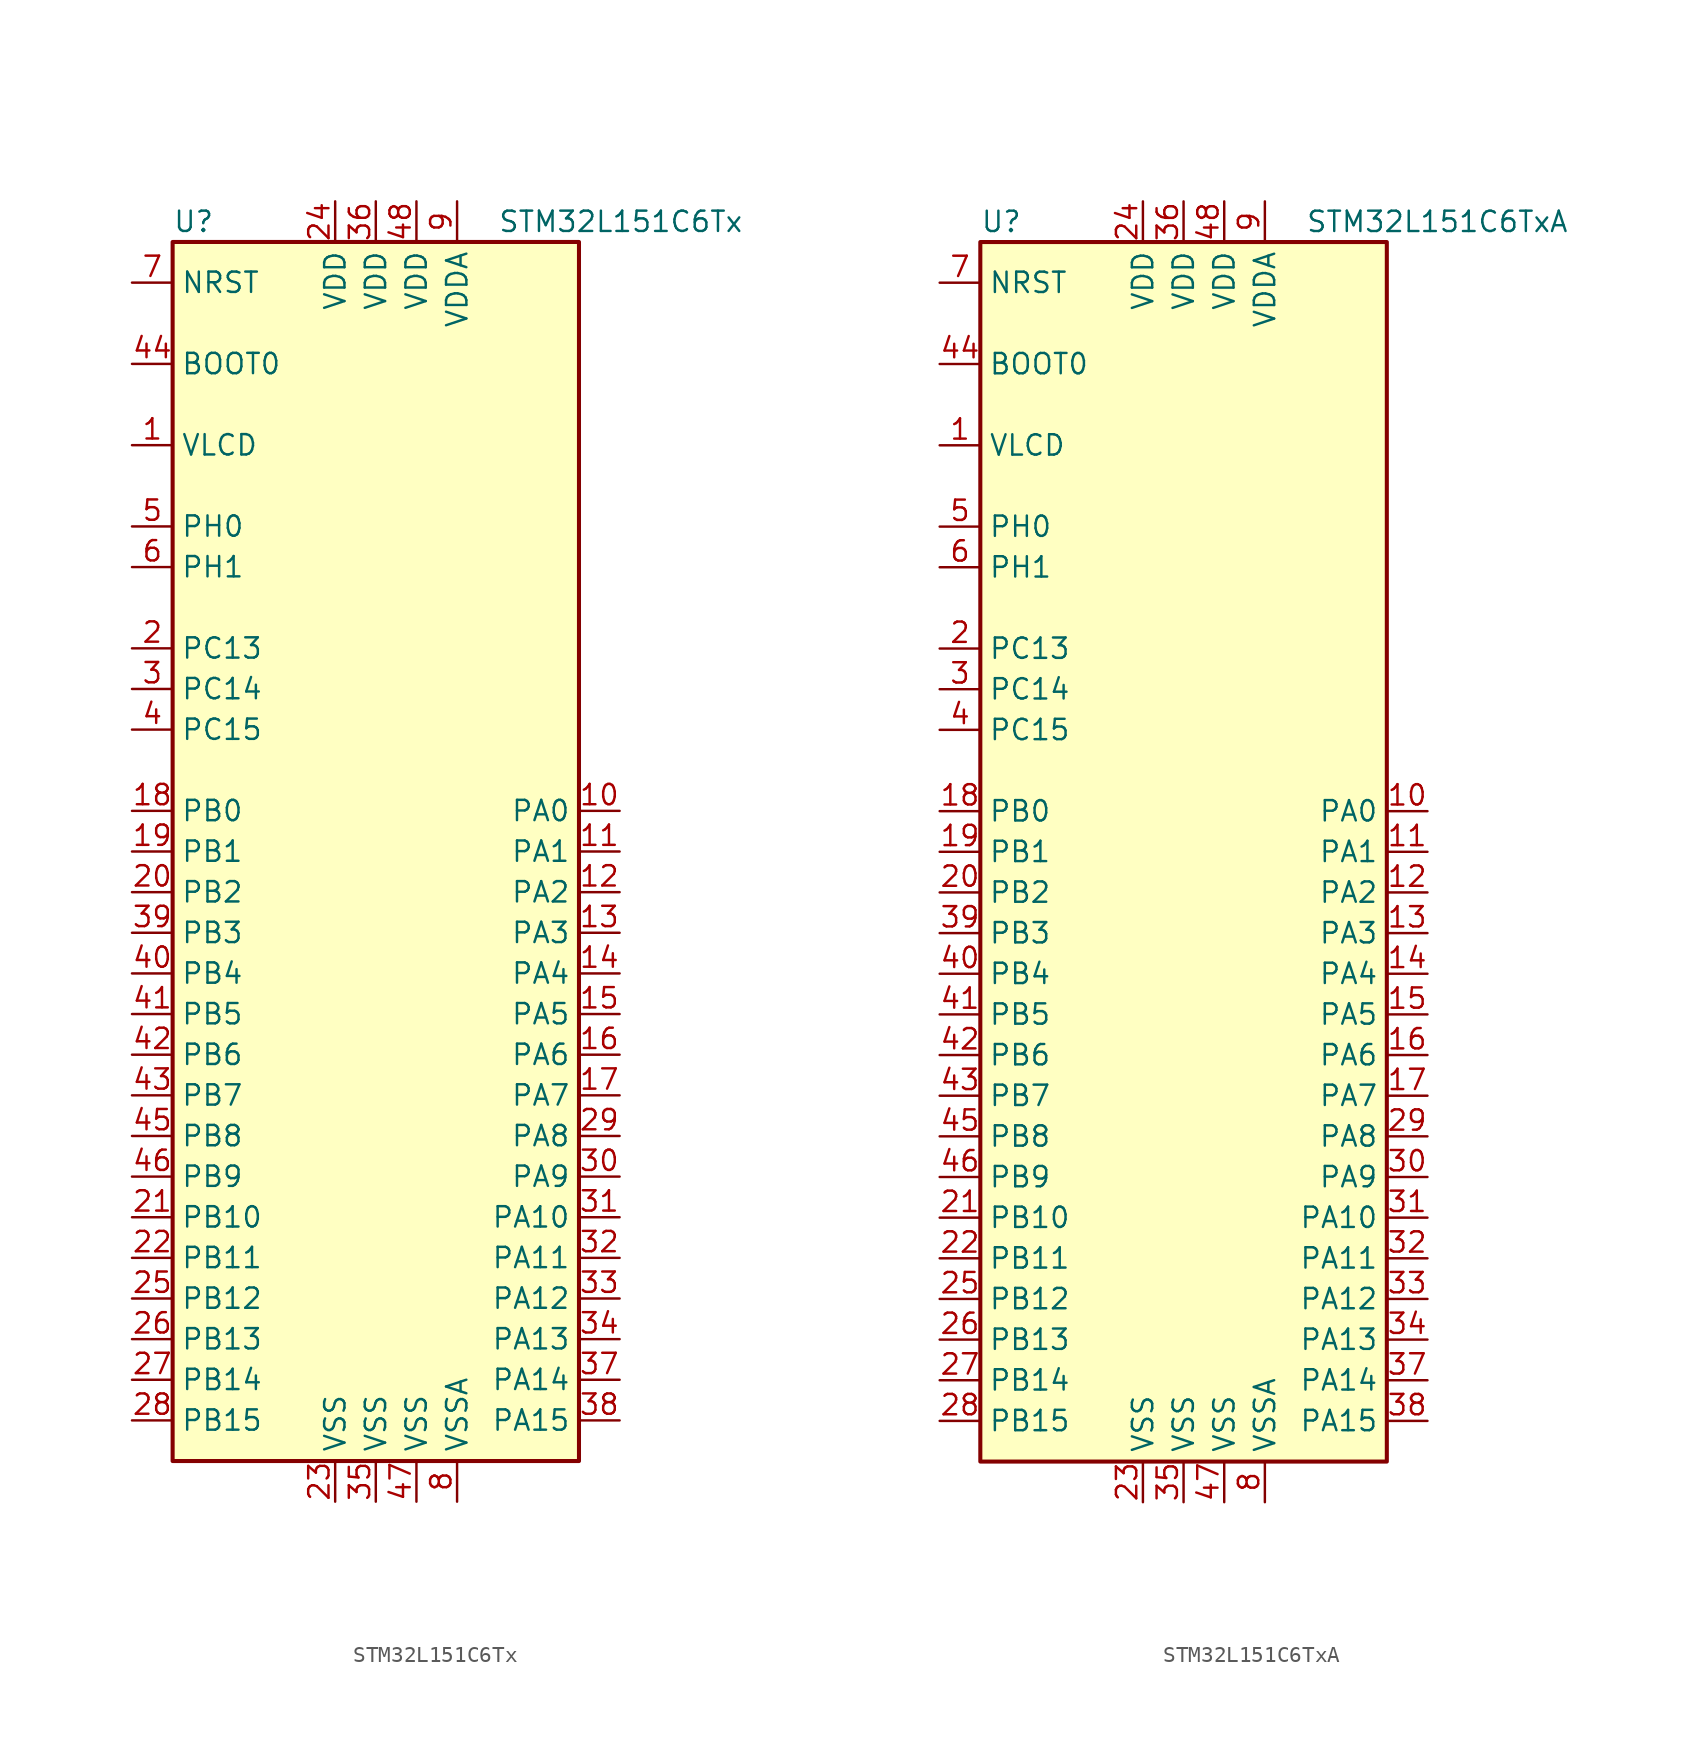
<source format=kicad_sym>
(kicad_symbol_lib
  (version 20201005)
  (generator kicad_symbol_editor)
  (symbol "MCU_ST_STM32L1:STM32L151C6Tx"
    (property "Reference" "U"
      (at -12.7 39.37 0)
      (effects (font (size 1.27 1.27)) (justify left)))
    (property "Value" "STM32L151C6Tx"
      (at 7.62 39.37 0)
      (effects (font (size 1.27 1.27)) (justify left)))
    (symbol "STM32L151C6Tx_0_1"
      (rectangle (start -12.7 -38.1) (end 12.7 38.1) (stroke (width 0.254)) (fill (type background))))
    (symbol "STM32L151C6Tx_1_1"
      (pin input line (at -15.24 30.48 0) (length 2.54) (name "BOOT0" (effects (font (size 1.27 1.27)))) (number "44" (effects (font (size 1.27 1.27)))))
      (pin input line (at -15.24 35.56 0) (length 2.54) (name "NRST" (effects (font (size 1.27 1.27)))) (number "7" (effects (font (size 1.27 1.27)))))
      (pin bidirectional line (at 15.24 2.54 180) (length 2.54) (name "PA0" (effects (font (size 1.27 1.27)))) (number "10" (effects (font (size 1.27 1.27)))))
      (pin bidirectional line (at 15.24 0 180) (length 2.54) (name "PA1" (effects (font (size 1.27 1.27)))) (number "11" (effects (font (size 1.27 1.27)))))
      (pin bidirectional line (at 15.24 -22.86 180) (length 2.54) (name "PA10" (effects (font (size 1.27 1.27)))) (number "31" (effects (font (size 1.27 1.27)))))
      (pin bidirectional line (at 15.24 -25.4 180) (length 2.54) (name "PA11" (effects (font (size 1.27 1.27)))) (number "32" (effects (font (size 1.27 1.27)))))
      (pin bidirectional line (at 15.24 -27.94 180) (length 2.54) (name "PA12" (effects (font (size 1.27 1.27)))) (number "33" (effects (font (size 1.27 1.27)))))
      (pin bidirectional line (at 15.24 -30.48 180) (length 2.54) (name "PA13" (effects (font (size 1.27 1.27)))) (number "34" (effects (font (size 1.27 1.27)))))
      (pin bidirectional line (at 15.24 -33.02 180) (length 2.54) (name "PA14" (effects (font (size 1.27 1.27)))) (number "37" (effects (font (size 1.27 1.27)))))
      (pin bidirectional line (at 15.24 -35.56 180) (length 2.54) (name "PA15" (effects (font (size 1.27 1.27)))) (number "38" (effects (font (size 1.27 1.27)))))
      (pin bidirectional line (at 15.24 -2.54 180) (length 2.54) (name "PA2" (effects (font (size 1.27 1.27)))) (number "12" (effects (font (size 1.27 1.27)))))
      (pin bidirectional line (at 15.24 -5.08 180) (length 2.54) (name "PA3" (effects (font (size 1.27 1.27)))) (number "13" (effects (font (size 1.27 1.27)))))
      (pin bidirectional line (at 15.24 -7.62 180) (length 2.54) (name "PA4" (effects (font (size 1.27 1.27)))) (number "14" (effects (font (size 1.27 1.27)))))
      (pin bidirectional line (at 15.24 -10.16 180) (length 2.54) (name "PA5" (effects (font (size 1.27 1.27)))) (number "15" (effects (font (size 1.27 1.27)))))
      (pin bidirectional line (at 15.24 -12.7 180) (length 2.54) (name "PA6" (effects (font (size 1.27 1.27)))) (number "16" (effects (font (size 1.27 1.27)))))
      (pin bidirectional line (at 15.24 -15.24 180) (length 2.54) (name "PA7" (effects (font (size 1.27 1.27)))) (number "17" (effects (font (size 1.27 1.27)))))
      (pin bidirectional line (at 15.24 -17.78 180) (length 2.54) (name "PA8" (effects (font (size 1.27 1.27)))) (number "29" (effects (font (size 1.27 1.27)))))
      (pin bidirectional line (at 15.24 -20.32 180) (length 2.54) (name "PA9" (effects (font (size 1.27 1.27)))) (number "30" (effects (font (size 1.27 1.27)))))
      (pin bidirectional line (at -15.24 2.54 0) (length 2.54) (name "PB0" (effects (font (size 1.27 1.27)))) (number "18" (effects (font (size 1.27 1.27)))))
      (pin bidirectional line (at -15.24 0 0) (length 2.54) (name "PB1" (effects (font (size 1.27 1.27)))) (number "19" (effects (font (size 1.27 1.27)))))
      (pin bidirectional line (at -15.24 -22.86 0) (length 2.54) (name "PB10" (effects (font (size 1.27 1.27)))) (number "21" (effects (font (size 1.27 1.27)))))
      (pin bidirectional line (at -15.24 -25.4 0) (length 2.54) (name "PB11" (effects (font (size 1.27 1.27)))) (number "22" (effects (font (size 1.27 1.27)))))
      (pin bidirectional line (at -15.24 -27.94 0) (length 2.54) (name "PB12" (effects (font (size 1.27 1.27)))) (number "25" (effects (font (size 1.27 1.27)))))
      (pin bidirectional line (at -15.24 -30.48 0) (length 2.54) (name "PB13" (effects (font (size 1.27 1.27)))) (number "26" (effects (font (size 1.27 1.27)))))
      (pin bidirectional line (at -15.24 -33.02 0) (length 2.54) (name "PB14" (effects (font (size 1.27 1.27)))) (number "27" (effects (font (size 1.27 1.27)))))
      (pin bidirectional line (at -15.24 -35.56 0) (length 2.54) (name "PB15" (effects (font (size 1.27 1.27)))) (number "28" (effects (font (size 1.27 1.27)))))
      (pin bidirectional line (at -15.24 -2.54 0) (length 2.54) (name "PB2" (effects (font (size 1.27 1.27)))) (number "20" (effects (font (size 1.27 1.27)))))
      (pin bidirectional line (at -15.24 -5.08 0) (length 2.54) (name "PB3" (effects (font (size 1.27 1.27)))) (number "39" (effects (font (size 1.27 1.27)))))
      (pin bidirectional line (at -15.24 -7.62 0) (length 2.54) (name "PB4" (effects (font (size 1.27 1.27)))) (number "40" (effects (font (size 1.27 1.27)))))
      (pin bidirectional line (at -15.24 -10.16 0) (length 2.54) (name "PB5" (effects (font (size 1.27 1.27)))) (number "41" (effects (font (size 1.27 1.27)))))
      (pin bidirectional line (at -15.24 -12.7 0) (length 2.54) (name "PB6" (effects (font (size 1.27 1.27)))) (number "42" (effects (font (size 1.27 1.27)))))
      (pin bidirectional line (at -15.24 -15.24 0) (length 2.54) (name "PB7" (effects (font (size 1.27 1.27)))) (number "43" (effects (font (size 1.27 1.27)))))
      (pin bidirectional line (at -15.24 -17.78 0) (length 2.54) (name "PB8" (effects (font (size 1.27 1.27)))) (number "45" (effects (font (size 1.27 1.27)))))
      (pin bidirectional line (at -15.24 -20.32 0) (length 2.54) (name "PB9" (effects (font (size 1.27 1.27)))) (number "46" (effects (font (size 1.27 1.27)))))
      (pin bidirectional line (at -15.24 12.7 0) (length 2.54) (name "PC13" (effects (font (size 1.27 1.27)))) (number "2" (effects (font (size 1.27 1.27)))))
      (pin bidirectional line (at -15.24 10.16 0) (length 2.54) (name "PC14" (effects (font (size 1.27 1.27)))) (number "3" (effects (font (size 1.27 1.27)))))
      (pin bidirectional line (at -15.24 7.62 0) (length 2.54) (name "PC15" (effects (font (size 1.27 1.27)))) (number "4" (effects (font (size 1.27 1.27)))))
      (pin input line (at -15.24 20.32 0) (length 2.54) (name "PH0" (effects (font (size 1.27 1.27)))) (number "5" (effects (font (size 1.27 1.27)))))
      (pin input line (at -15.24 17.78 0) (length 2.54) (name "PH1" (effects (font (size 1.27 1.27)))) (number "6" (effects (font (size 1.27 1.27)))))
      (pin power_in line (at -2.54 40.64 270) (length 2.54) (name "VDD" (effects (font (size 1.27 1.27)))) (number "24" (effects (font (size 1.27 1.27)))))
      (pin power_in line (at 0 40.64 270) (length 2.54) (name "VDD" (effects (font (size 1.27 1.27)))) (number "36" (effects (font (size 1.27 1.27)))))
      (pin power_in line (at 2.54 40.64 270) (length 2.54) (name "VDD" (effects (font (size 1.27 1.27)))) (number "48" (effects (font (size 1.27 1.27)))))
      (pin power_in line (at 5.08 40.64 270) (length 2.54) (name "VDDA" (effects (font (size 1.27 1.27)))) (number "9" (effects (font (size 1.27 1.27)))))
      (pin power_in line (at -15.24 25.4 0) (length 2.54) (name "VLCD" (effects (font (size 1.27 1.27)))) (number "1" (effects (font (size 1.27 1.27)))))
      (pin power_in line (at -2.54 -40.64 90) (length 2.54) (name "VSS" (effects (font (size 1.27 1.27)))) (number "23" (effects (font (size 1.27 1.27)))))
      (pin power_in line (at 0 -40.64 90) (length 2.54) (name "VSS" (effects (font (size 1.27 1.27)))) (number "35" (effects (font (size 1.27 1.27)))))
      (pin power_in line (at 2.54 -40.64 90) (length 2.54) (name "VSS" (effects (font (size 1.27 1.27)))) (number "47" (effects (font (size 1.27 1.27)))))
      (pin power_in line (at 5.08 -40.64 90) (length 2.54) (name "VSSA" (effects (font (size 1.27 1.27)))) (number "8" (effects (font (size 1.27 1.27)))))))
  (symbol "MCU_ST_STM32L1:STM32L151C6TxA"
    (property "Reference" "U"
      (at -12.7 39.37 0)
      (effects (font (size 1.27 1.27)) (justify left)))
    (property "Value" "STM32L151C6TxA"
      (at 7.62 39.37 0)
      (effects (font (size 1.27 1.27)) (justify left)))
    (symbol "STM32L151C6TxA_0_1"
      (rectangle (start -12.7 -38.1) (end 12.7 38.1) (stroke (width 0.254)) (fill (type background))))
    (symbol "STM32L151C6TxA_1_1"
      (pin input line (at -15.24 30.48 0) (length 2.54) (name "BOOT0" (effects (font (size 1.27 1.27)))) (number "44" (effects (font (size 1.27 1.27)))))
      (pin input line (at -15.24 35.56 0) (length 2.54) (name "NRST" (effects (font (size 1.27 1.27)))) (number "7" (effects (font (size 1.27 1.27)))))
      (pin bidirectional line (at 15.24 2.54 180) (length 2.54) (name "PA0" (effects (font (size 1.27 1.27)))) (number "10" (effects (font (size 1.27 1.27)))))
      (pin bidirectional line (at 15.24 0 180) (length 2.54) (name "PA1" (effects (font (size 1.27 1.27)))) (number "11" (effects (font (size 1.27 1.27)))))
      (pin bidirectional line (at 15.24 -22.86 180) (length 2.54) (name "PA10" (effects (font (size 1.27 1.27)))) (number "31" (effects (font (size 1.27 1.27)))))
      (pin bidirectional line (at 15.24 -25.4 180) (length 2.54) (name "PA11" (effects (font (size 1.27 1.27)))) (number "32" (effects (font (size 1.27 1.27)))))
      (pin bidirectional line (at 15.24 -27.94 180) (length 2.54) (name "PA12" (effects (font (size 1.27 1.27)))) (number "33" (effects (font (size 1.27 1.27)))))
      (pin bidirectional line (at 15.24 -30.48 180) (length 2.54) (name "PA13" (effects (font (size 1.27 1.27)))) (number "34" (effects (font (size 1.27 1.27)))))
      (pin bidirectional line (at 15.24 -33.02 180) (length 2.54) (name "PA14" (effects (font (size 1.27 1.27)))) (number "37" (effects (font (size 1.27 1.27)))))
      (pin bidirectional line (at 15.24 -35.56 180) (length 2.54) (name "PA15" (effects (font (size 1.27 1.27)))) (number "38" (effects (font (size 1.27 1.27)))))
      (pin bidirectional line (at 15.24 -2.54 180) (length 2.54) (name "PA2" (effects (font (size 1.27 1.27)))) (number "12" (effects (font (size 1.27 1.27)))))
      (pin bidirectional line (at 15.24 -5.08 180) (length 2.54) (name "PA3" (effects (font (size 1.27 1.27)))) (number "13" (effects (font (size 1.27 1.27)))))
      (pin bidirectional line (at 15.24 -7.62 180) (length 2.54) (name "PA4" (effects (font (size 1.27 1.27)))) (number "14" (effects (font (size 1.27 1.27)))))
      (pin bidirectional line (at 15.24 -10.16 180) (length 2.54) (name "PA5" (effects (font (size 1.27 1.27)))) (number "15" (effects (font (size 1.27 1.27)))))
      (pin bidirectional line (at 15.24 -12.7 180) (length 2.54) (name "PA6" (effects (font (size 1.27 1.27)))) (number "16" (effects (font (size 1.27 1.27)))))
      (pin bidirectional line (at 15.24 -15.24 180) (length 2.54) (name "PA7" (effects (font (size 1.27 1.27)))) (number "17" (effects (font (size 1.27 1.27)))))
      (pin bidirectional line (at 15.24 -17.78 180) (length 2.54) (name "PA8" (effects (font (size 1.27 1.27)))) (number "29" (effects (font (size 1.27 1.27)))))
      (pin bidirectional line (at 15.24 -20.32 180) (length 2.54) (name "PA9" (effects (font (size 1.27 1.27)))) (number "30" (effects (font (size 1.27 1.27)))))
      (pin bidirectional line (at -15.24 2.54 0) (length 2.54) (name "PB0" (effects (font (size 1.27 1.27)))) (number "18" (effects (font (size 1.27 1.27)))))
      (pin bidirectional line (at -15.24 0 0) (length 2.54) (name "PB1" (effects (font (size 1.27 1.27)))) (number "19" (effects (font (size 1.27 1.27)))))
      (pin bidirectional line (at -15.24 -22.86 0) (length 2.54) (name "PB10" (effects (font (size 1.27 1.27)))) (number "21" (effects (font (size 1.27 1.27)))))
      (pin bidirectional line (at -15.24 -25.4 0) (length 2.54) (name "PB11" (effects (font (size 1.27 1.27)))) (number "22" (effects (font (size 1.27 1.27)))))
      (pin bidirectional line (at -15.24 -27.94 0) (length 2.54) (name "PB12" (effects (font (size 1.27 1.27)))) (number "25" (effects (font (size 1.27 1.27)))))
      (pin bidirectional line (at -15.24 -30.48 0) (length 2.54) (name "PB13" (effects (font (size 1.27 1.27)))) (number "26" (effects (font (size 1.27 1.27)))))
      (pin bidirectional line (at -15.24 -33.02 0) (length 2.54) (name "PB14" (effects (font (size 1.27 1.27)))) (number "27" (effects (font (size 1.27 1.27)))))
      (pin bidirectional line (at -15.24 -35.56 0) (length 2.54) (name "PB15" (effects (font (size 1.27 1.27)))) (number "28" (effects (font (size 1.27 1.27)))))
      (pin bidirectional line (at -15.24 -2.54 0) (length 2.54) (name "PB2" (effects (font (size 1.27 1.27)))) (number "20" (effects (font (size 1.27 1.27)))))
      (pin bidirectional line (at -15.24 -5.08 0) (length 2.54) (name "PB3" (effects (font (size 1.27 1.27)))) (number "39" (effects (font (size 1.27 1.27)))))
      (pin bidirectional line (at -15.24 -7.62 0) (length 2.54) (name "PB4" (effects (font (size 1.27 1.27)))) (number "40" (effects (font (size 1.27 1.27)))))
      (pin bidirectional line (at -15.24 -10.16 0) (length 2.54) (name "PB5" (effects (font (size 1.27 1.27)))) (number "41" (effects (font (size 1.27 1.27)))))
      (pin bidirectional line (at -15.24 -12.7 0) (length 2.54) (name "PB6" (effects (font (size 1.27 1.27)))) (number "42" (effects (font (size 1.27 1.27)))))
      (pin bidirectional line (at -15.24 -15.24 0) (length 2.54) (name "PB7" (effects (font (size 1.27 1.27)))) (number "43" (effects (font (size 1.27 1.27)))))
      (pin bidirectional line (at -15.24 -17.78 0) (length 2.54) (name "PB8" (effects (font (size 1.27 1.27)))) (number "45" (effects (font (size 1.27 1.27)))))
      (pin bidirectional line (at -15.24 -20.32 0) (length 2.54) (name "PB9" (effects (font (size 1.27 1.27)))) (number "46" (effects (font (size 1.27 1.27)))))
      (pin bidirectional line (at -15.24 12.7 0) (length 2.54) (name "PC13" (effects (font (size 1.27 1.27)))) (number "2" (effects (font (size 1.27 1.27)))))
      (pin bidirectional line (at -15.24 10.16 0) (length 2.54) (name "PC14" (effects (font (size 1.27 1.27)))) (number "3" (effects (font (size 1.27 1.27)))))
      (pin bidirectional line (at -15.24 7.62 0) (length 2.54) (name "PC15" (effects (font (size 1.27 1.27)))) (number "4" (effects (font (size 1.27 1.27)))))
      (pin input line (at -15.24 20.32 0) (length 2.54) (name "PH0" (effects (font (size 1.27 1.27)))) (number "5" (effects (font (size 1.27 1.27)))))
      (pin input line (at -15.24 17.78 0) (length 2.54) (name "PH1" (effects (font (size 1.27 1.27)))) (number "6" (effects (font (size 1.27 1.27)))))
      (pin power_in line (at -2.54 40.64 270) (length 2.54) (name "VDD" (effects (font (size 1.27 1.27)))) (number "24" (effects (font (size 1.27 1.27)))))
      (pin power_in line (at 0 40.64 270) (length 2.54) (name "VDD" (effects (font (size 1.27 1.27)))) (number "36" (effects (font (size 1.27 1.27)))))
      (pin power_in line (at 2.54 40.64 270) (length 2.54) (name "VDD" (effects (font (size 1.27 1.27)))) (number "48" (effects (font (size 1.27 1.27)))))
      (pin power_in line (at 5.08 40.64 270) (length 2.54) (name "VDDA" (effects (font (size 1.27 1.27)))) (number "9" (effects (font (size 1.27 1.27)))))
      (pin power_in line (at -15.24 25.4 0) (length 2.54) (name "VLCD" (effects (font (size 1.27 1.27)))) (number "1" (effects (font (size 1.27 1.27)))))
      (pin power_in line (at -2.54 -40.64 90) (length 2.54) (name "VSS" (effects (font (size 1.27 1.27)))) (number "23" (effects (font (size 1.27 1.27)))))
      (pin power_in line (at 0 -40.64 90) (length 2.54) (name "VSS" (effects (font (size 1.27 1.27)))) (number "35" (effects (font (size 1.27 1.27)))))
      (pin power_in line (at 2.54 -40.64 90) (length 2.54) (name "VSS" (effects (font (size 1.27 1.27)))) (number "47" (effects (font (size 1.27 1.27)))))
      (pin power_in line (at 5.08 -40.64 90) (length 2.54) (name "VSSA" (effects (font (size 1.27 1.27)))) (number "8" (effects (font (size 1.27 1.27))))))))
</source>
